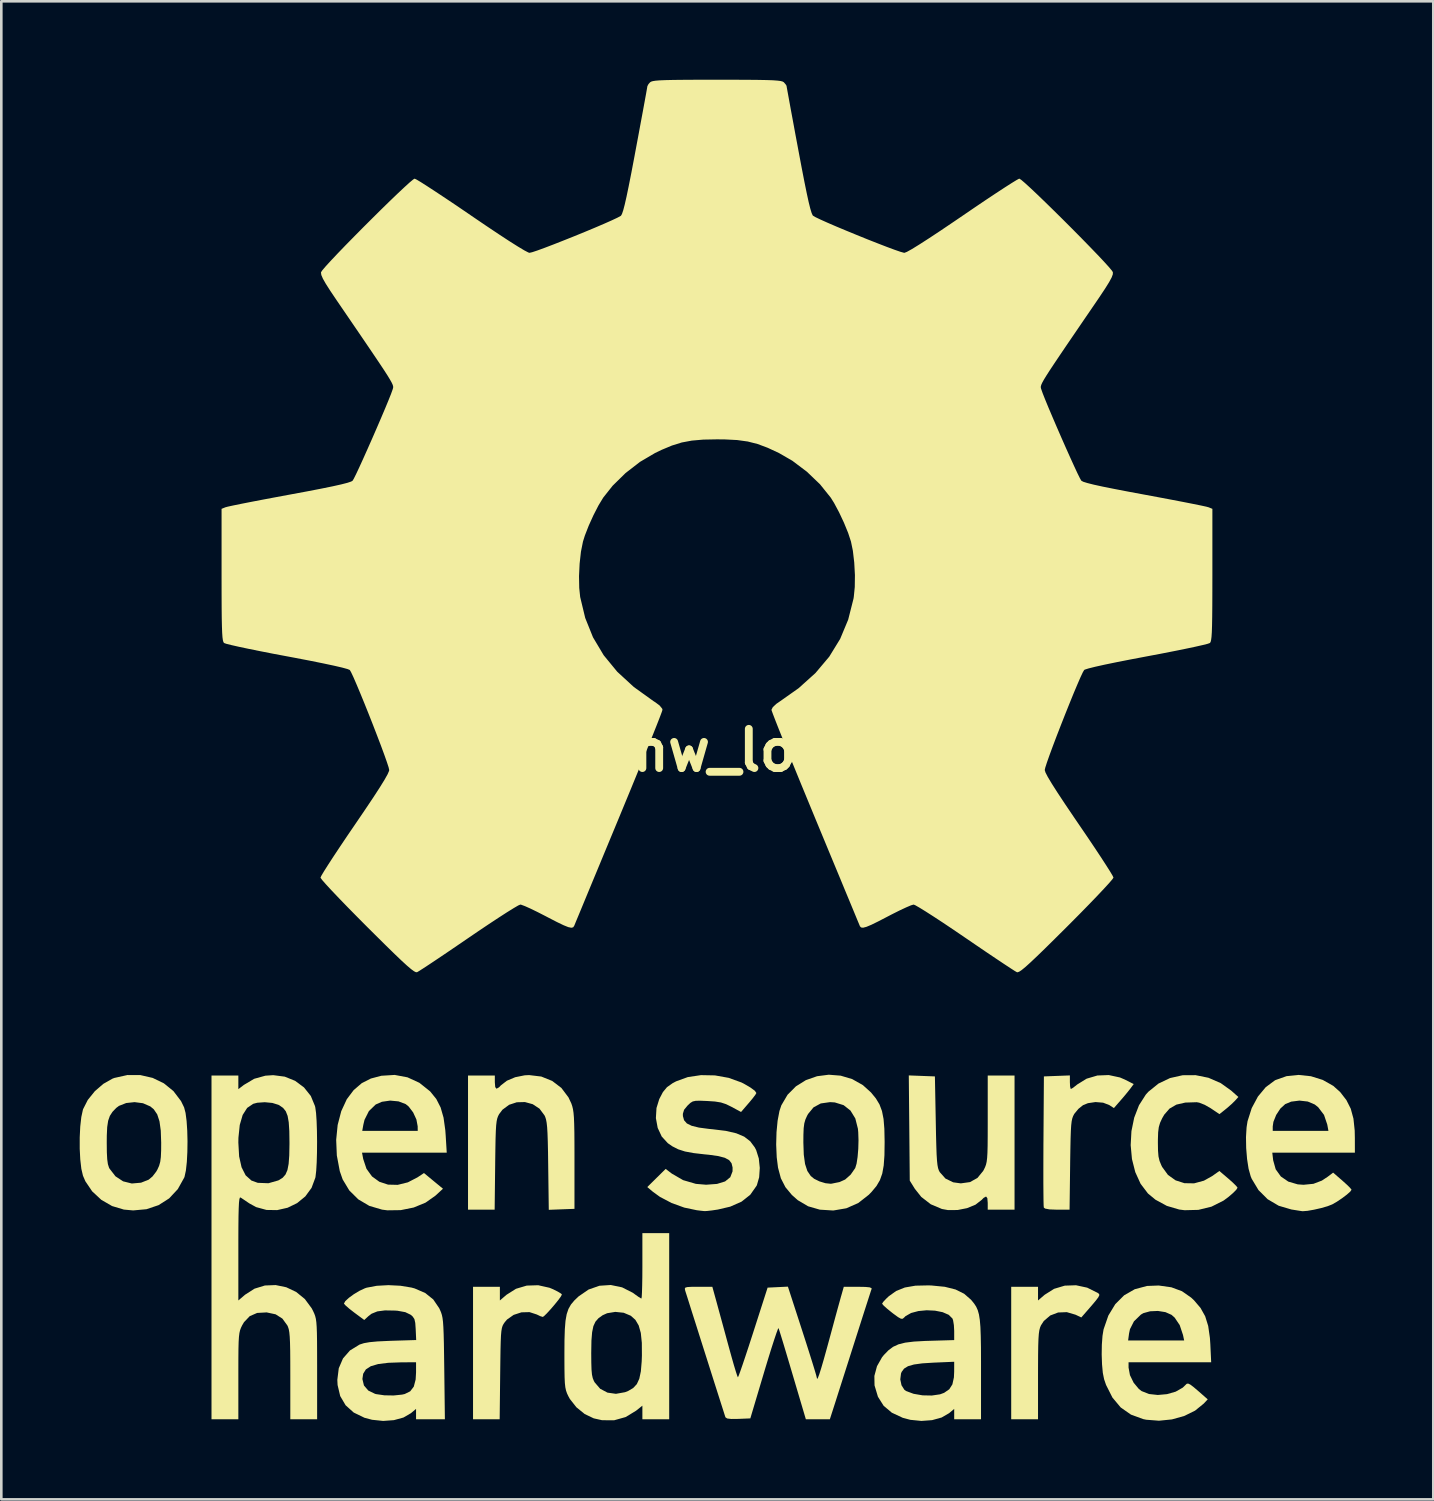
<source format=kicad_pcb>
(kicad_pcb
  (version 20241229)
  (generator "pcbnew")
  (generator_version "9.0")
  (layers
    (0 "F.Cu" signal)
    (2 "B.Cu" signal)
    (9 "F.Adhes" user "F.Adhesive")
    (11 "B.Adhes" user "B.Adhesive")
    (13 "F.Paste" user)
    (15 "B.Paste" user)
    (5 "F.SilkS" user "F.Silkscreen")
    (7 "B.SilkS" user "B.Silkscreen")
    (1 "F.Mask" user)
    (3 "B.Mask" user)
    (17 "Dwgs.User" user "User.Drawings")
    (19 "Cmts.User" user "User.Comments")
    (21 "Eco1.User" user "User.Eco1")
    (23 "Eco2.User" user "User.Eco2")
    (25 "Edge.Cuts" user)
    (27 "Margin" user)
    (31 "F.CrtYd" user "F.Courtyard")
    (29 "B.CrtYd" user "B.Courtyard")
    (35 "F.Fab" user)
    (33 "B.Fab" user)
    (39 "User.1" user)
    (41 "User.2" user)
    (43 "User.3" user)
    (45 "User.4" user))
  (footprint "oshw_logo"
    (layer "F.Cu")
    (at 24.349 25.657)
    (property "Reference" "oshw_logo" (at 0 0 0) (layer "F.SilkS") (effects (font (size 1.5 1.5) (thickness 0.3))))
    (attr board_only exclude_from_pos_files exclude_from_bom)
    (fp_poly (pts (xy 14.196 20.558) (xy 14.597 20.757) (xy 14.619 20.772) (xy 14.655 20.805) (xy 14.659 20.852) (xy 14.621 20.928) (xy 14.529 21.05) (xy 14.374 21.235) (xy 14.161 21.48) (xy 13.971 21.698) (xy 13.75 21.593) (xy 13.416 21.495) (xy 13.084 21.508) (xy 12.782 21.623) (xy 12.537 21.833) (xy 12.427 22.002) (xy 12.393 22.084) (xy 12.366 22.186) (xy 12.346 22.325) (xy 12.332 22.518) (xy 12.323 22.78) (xy 12.318 23.127) (xy 12.316 23.577) (xy 12.315 23.909) (xy 12.315 25.592) (xy 11.802 25.592) (xy 11.289 25.592) (xy 11.289 23.059) (xy 11.289 20.525) (xy 11.802 20.525) (xy 12.315 20.525) (xy 12.315 20.787) (xy 12.315 21.048) (xy 12.571 20.829) (xy 12.93 20.603) (xy 13.338 20.481) (xy 13.768 20.466)) (stroke (width 0) (type solid)) (fill yes) (layer "F.SilkS"))
    (fp_poly (pts (xy -6.376 20.562) (xy -6.238 20.619) (xy -6.057 20.71) (xy -5.934 20.785) (xy -5.901 20.819) (xy -5.94 20.896) (xy -6.042 21.036) (xy -6.182 21.209) (xy -6.336 21.388) (xy -6.48 21.545) (xy -6.589 21.65) (xy -6.634 21.678) (xy -6.736 21.646) (xy -6.863 21.584) (xy -7.14 21.494) (xy -7.448 21.502) (xy -7.748 21.6) (xy -8.001 21.778) (xy -8.088 21.881) (xy -8.134 21.948) (xy -8.17 22.017) (xy -8.197 22.104) (xy -8.217 22.224) (xy -8.232 22.393) (xy -8.242 22.629) (xy -8.25 22.946) (xy -8.256 23.36) (xy -8.262 23.845) (xy -8.282 25.592) (xy -8.791 25.592) (xy -9.301 25.592) (xy -9.301 23.059) (xy -9.301 20.525) (xy -8.787 20.525) (xy -8.274 20.525) (xy -8.274 20.787) (xy -8.274 21.048) (xy -8.018 20.829) (xy -7.657 20.601) (xy -7.246 20.479) (xy -6.809 20.465)) (stroke (width 0) (type solid)) (fill yes) (layer "F.SilkS"))
    (fp_poly (pts (xy 7.871 12.457) (xy 8.37 12.476) (xy 8.403 14.207) (xy 8.413 14.732) (xy 8.424 15.144) (xy 8.435 15.459) (xy 8.45 15.694) (xy 8.468 15.864) (xy 8.491 15.985) (xy 8.521 16.073) (xy 8.556 16.139) (xy 8.774 16.384) (xy 9.07 16.528) (xy 9.361 16.568) (xy 9.713 16.519) (xy 9.998 16.36) (xy 10.216 16.093) (xy 10.247 16.036) (xy 10.291 15.944) (xy 10.325 15.852) (xy 10.35 15.741) (xy 10.368 15.595) (xy 10.38 15.398) (xy 10.387 15.13) (xy 10.39 14.776) (xy 10.391 14.318) (xy 10.391 14.098) (xy 10.391 12.443) (xy 10.904 12.443) (xy 11.417 12.443) (xy 11.417 15.009) (xy 11.417 17.575) (xy 10.904 17.575) (xy 10.391 17.575) (xy 10.391 17.318) (xy 10.376 17.134) (xy 10.327 17.071) (xy 10.233 17.124) (xy 10.16 17.199) (xy 9.922 17.384) (xy 9.6 17.516) (xy 9.235 17.588) (xy 8.865 17.589) (xy 8.638 17.548) (xy 8.212 17.368) (xy 7.847 17.085) (xy 7.602 16.776) (xy 7.408 16.463) (xy 7.39 14.45) (xy 7.371 12.438)) (stroke (width 0) (type solid)) (fill yes) (layer "F.SilkS"))
    (fp_poly (pts (xy 15.449 12.516) (xy 15.638 12.597) (xy 15.976 12.769) (xy 15.847 12.943) (xy 15.73 13.091) (xy 15.571 13.282) (xy 15.467 13.402) (xy 15.218 13.687) (xy 15.04 13.571) (xy 14.805 13.481) (xy 14.515 13.457) (xy 14.224 13.5) (xy 14.036 13.577) (xy 13.86 13.718) (xy 13.709 13.901) (xy 13.696 13.921) (xy 13.657 13.996) (xy 13.626 14.082) (xy 13.602 14.195) (xy 13.584 14.352) (xy 13.571 14.568) (xy 13.561 14.86) (xy 13.553 15.245) (xy 13.545 15.738) (xy 13.544 15.859) (xy 13.522 17.575) (xy 13.045 17.575) (xy 12.754 17.564) (xy 12.586 17.532) (xy 12.537 17.494) (xy 12.53 17.414) (xy 12.525 17.22) (xy 12.522 16.927) (xy 12.519 16.548) (xy 12.519 16.1) (xy 12.52 15.595) (xy 12.522 15.048) (xy 12.523 14.945) (xy 12.54 12.476) (xy 13.037 12.457) (xy 13.534 12.438) (xy 13.534 12.697) (xy 13.542 12.859) (xy 13.564 12.95) (xy 13.573 12.957) (xy 13.642 12.919) (xy 13.767 12.825) (xy 13.813 12.786) (xy 14.174 12.563) (xy 14.587 12.441) (xy 15.021 12.424)) (stroke (width 0) (type solid)) (fill yes) (layer "F.SilkS"))
    (fp_poly (pts (xy -6.689 12.481) (xy -6.272 12.649) (xy -5.921 12.917) (xy -5.65 13.277) (xy -5.541 13.508) (xy -5.506 13.611) (xy -5.478 13.725) (xy -5.457 13.865) (xy -5.441 14.049) (xy -5.431 14.293) (xy -5.424 14.612) (xy -5.421 15.024) (xy -5.42 15.543) (xy -5.42 15.683) (xy -5.42 17.543) (xy -5.912 17.561) (xy -6.403 17.58) (xy -6.425 15.894) (xy -6.432 15.374) (xy -6.441 14.965) (xy -6.452 14.652) (xy -6.466 14.418) (xy -6.485 14.246) (xy -6.509 14.12) (xy -6.54 14.024) (xy -6.566 13.968) (xy -6.758 13.71) (xy -7.017 13.539) (xy -7.316 13.457) (xy -7.627 13.465) (xy -7.922 13.562) (xy -8.176 13.751) (xy -8.304 13.921) (xy -8.343 13.996) (xy -8.374 14.082) (xy -8.398 14.194) (xy -8.416 14.35) (xy -8.429 14.565) (xy -8.439 14.856) (xy -8.446 15.238) (xy -8.453 15.73) (xy -8.454 15.859) (xy -8.474 17.575) (xy -8.984 17.575) (xy -9.493 17.575) (xy -9.493 15.009) (xy -9.493 12.443) (xy -8.98 12.443) (xy -8.467 12.443) (xy -8.467 12.7) (xy -8.452 12.884) (xy -8.403 12.947) (xy -8.308 12.894) (xy -8.236 12.819) (xy -8.005 12.64) (xy -7.689 12.507) (xy -7.326 12.434) (xy -7.156 12.425)) (stroke (width 0) (type solid)) (fill yes) (layer "F.SilkS"))
    (fp_poly (pts (xy -11.809 12.511) (xy -11.354 12.72) (xy -10.948 13.044) (xy -10.933 13.06) (xy -10.706 13.341) (xy -10.541 13.664) (xy -10.429 14.054) (xy -10.362 14.534) (xy -10.348 14.725) (xy -10.307 15.394) (xy -11.928 15.394) (xy -13.548 15.394) (xy -13.503 15.634) (xy -13.378 16.01) (xy -13.167 16.302) (xy -12.886 16.506) (xy -12.553 16.616) (xy -12.184 16.625) (xy -11.795 16.529) (xy -11.428 16.339) (xy -11.178 16.173) (xy -10.815 16.473) (xy -10.451 16.773) (xy -10.744 17.042) (xy -11.119 17.306) (xy -11.571 17.492) (xy -12.068 17.592) (xy -12.579 17.599) (xy -12.781 17.573) (xy -13.269 17.429) (xy -13.691 17.18) (xy -14.035 16.839) (xy -14.289 16.417) (xy -14.399 16.102) (xy -14.512 15.501) (xy -14.537 14.904) (xy -14.503 14.56) (xy -13.54 14.56) (xy -12.478 14.56) (xy -11.417 14.56) (xy -11.419 14.384) (xy -11.468 14.123) (xy -11.592 13.854) (xy -11.763 13.629) (xy -11.878 13.535) (xy -12.152 13.431) (xy -12.472 13.401) (xy -12.786 13.446) (xy -13.024 13.55) (xy -13.285 13.802) (xy -13.453 14.137) (xy -13.497 14.32) (xy -13.54 14.56) (xy -14.503 14.56) (xy -14.48 14.332) (xy -14.343 13.806) (xy -14.13 13.347) (xy -13.867 12.999) (xy -13.558 12.734) (xy -13.21 12.557) (xy -12.81 12.451) (xy -12.299 12.419)) (stroke (width 0) (type solid)) (fill yes) (layer "F.SilkS"))
    (fp_poly (pts (xy 18.836 12.528) (xy 19.305 12.732) (xy 19.707 13.02) (xy 19.98 13.263) (xy 19.852 13.406) (xy 19.719 13.536) (xy 19.545 13.688) (xy 19.49 13.733) (xy 19.256 13.919) (xy 18.922 13.694) (xy 18.695 13.564) (xy 18.485 13.481) (xy 18.386 13.463) (xy 17.95 13.477) (xy 17.61 13.555) (xy 17.347 13.707) (xy 17.143 13.941) (xy 17.065 14.077) (xy 16.985 14.25) (xy 16.936 14.415) (xy 16.911 14.613) (xy 16.902 14.884) (xy 16.901 15.009) (xy 16.906 15.317) (xy 16.924 15.537) (xy 16.964 15.709) (xy 17.032 15.874) (xy 17.064 15.939) (xy 17.286 16.244) (xy 17.577 16.452) (xy 17.917 16.561) (xy 18.286 16.567) (xy 18.662 16.465) (xy 18.971 16.293) (xy 19.254 16.094) (xy 19.601 16.39) (xy 19.772 16.542) (xy 19.896 16.665) (xy 19.948 16.732) (xy 19.948 16.734) (xy 19.901 16.811) (xy 19.779 16.935) (xy 19.612 17.079) (xy 19.43 17.215) (xy 19.403 17.233) (xy 18.952 17.459) (xy 18.449 17.582) (xy 17.924 17.595) (xy 17.718 17.569) (xy 17.245 17.43) (xy 16.807 17.192) (xy 16.521 16.955) (xy 16.24 16.585) (xy 16.036 16.138) (xy 15.909 15.637) (xy 15.86 15.106) (xy 15.889 14.571) (xy 15.995 14.054) (xy 16.178 13.58) (xy 16.438 13.173) (xy 16.536 13.063) (xy 16.923 12.75) (xy 17.366 12.539) (xy 17.847 12.431) (xy 18.343 12.428)) (stroke (width 0) (type solid)) (fill yes) (layer "F.SilkS"))
    (fp_poly (pts (xy 17.417 20.544) (xy 17.822 20.694) (xy 18.174 20.939) (xy 18.28 21.038) (xy 18.531 21.332) (xy 18.71 21.651) (xy 18.826 22.024) (xy 18.891 22.478) (xy 18.907 22.713) (xy 18.94 23.412) (xy 17.359 23.412) (xy 15.779 23.412) (xy 15.779 23.616) (xy 15.832 23.904) (xy 15.973 24.194) (xy 16.173 24.434) (xy 16.28 24.516) (xy 16.562 24.627) (xy 16.898 24.664) (xy 17.251 24.632) (xy 17.582 24.537) (xy 17.852 24.383) (xy 17.955 24.283) (xy 18.003 24.237) (xy 18.057 24.227) (xy 18.139 24.265) (xy 18.268 24.362) (xy 18.464 24.529) (xy 18.574 24.626) (xy 18.808 24.831) (xy 18.656 24.993) (xy 18.324 25.263) (xy 17.907 25.468) (xy 17.437 25.599) (xy 16.942 25.649) (xy 16.455 25.611) (xy 16.339 25.587) (xy 15.872 25.416) (xy 15.479 25.142) (xy 15.162 24.763) (xy 14.918 24.28) (xy 14.843 24.061) (xy 14.794 23.818) (xy 14.764 23.49) (xy 14.751 23.117) (xy 14.757 22.74) (xy 14.769 22.578) (xy 15.762 22.578) (xy 16.834 22.578) (xy 17.906 22.578) (xy 17.862 22.369) (xy 17.736 21.991) (xy 17.542 21.703) (xy 17.423 21.598) (xy 17.191 21.495) (xy 16.902 21.449) (xy 16.603 21.462) (xy 16.346 21.533) (xy 16.252 21.588) (xy 15.985 21.847) (xy 15.833 22.146) (xy 15.798 22.311) (xy 15.762 22.578) (xy 14.769 22.578) (xy 14.782 22.401) (xy 14.823 22.154) (xy 15.006 21.625) (xy 15.271 21.189) (xy 15.609 20.851) (xy 16.016 20.618) (xy 16.485 20.493) (xy 16.933 20.476)) (stroke (width 0) (type solid)) (fill yes) (layer "F.SilkS"))
    (fp_poly (pts (xy -22.029 12.425) (xy -21.558 12.533) (xy -21.13 12.74) (xy -20.763 13.038) (xy -20.473 13.42) (xy -20.355 13.662) (xy -20.3 13.873) (xy -20.26 14.18) (xy -20.235 14.552) (xy -20.225 14.958) (xy -20.231 15.368) (xy -20.251 15.751) (xy -20.287 16.075) (xy -20.337 16.309) (xy -20.351 16.348) (xy -20.597 16.789) (xy -20.928 17.143) (xy -21.332 17.401) (xy -21.796 17.557) (xy -22.305 17.603) (xy -22.659 17.571) (xy -23.111 17.436) (xy -23.523 17.198) (xy -23.872 16.874) (xy -24.134 16.486) (xy -24.225 16.274) (xy -24.287 16.01) (xy -24.328 15.654) (xy -24.349 15.243) (xy -24.349 15.009) (xy -23.315 15.009) (xy -23.311 15.379) (xy -23.297 15.645) (xy -23.271 15.832) (xy -23.229 15.964) (xy -23.209 16.003) (xy -22.981 16.298) (xy -22.689 16.49) (xy -22.356 16.573) (xy -22.002 16.542) (xy -21.712 16.427) (xy -21.566 16.305) (xy -21.423 16.12) (xy -21.375 16.036) (xy -21.311 15.893) (xy -21.269 15.745) (xy -21.245 15.562) (xy -21.234 15.31) (xy -21.232 15.012) (xy -21.248 14.549) (xy -21.297 14.194) (xy -21.384 13.928) (xy -21.515 13.735) (xy -21.648 13.624) (xy -21.929 13.502) (xy -22.25 13.46) (xy -22.57 13.494) (xy -22.847 13.603) (xy -22.953 13.682) (xy -23.096 13.832) (xy -23.196 13.986) (xy -23.261 14.172) (xy -23.298 14.415) (xy -23.313 14.743) (xy -23.315 15.009) (xy -24.349 15.009) (xy -24.349 14.812) (xy -24.329 14.396) (xy -24.288 14.031) (xy -24.227 13.751) (xy -24.219 13.727) (xy -24.041 13.377) (xy -23.772 13.043) (xy -23.445 12.76) (xy -23.096 12.562) (xy -23.026 12.535) (xy -22.524 12.423)) (stroke (width 0) (type solid)) (fill yes) (layer "F.SilkS"))
    (fp_poly (pts (xy 4.764 12.447) (xy 5.205 12.578) (xy 5.614 12.809) (xy 5.927 13.092) (xy 6.113 13.32) (xy 6.25 13.548) (xy 6.345 13.801) (xy 6.405 14.104) (xy 6.436 14.483) (xy 6.446 14.961) (xy 6.446 15.009) (xy 6.439 15.498) (xy 6.411 15.884) (xy 6.356 16.191) (xy 6.266 16.445) (xy 6.134 16.67) (xy 5.951 16.89) (xy 5.842 17.003) (xy 5.439 17.319) (xy 4.982 17.521) (xy 4.482 17.606) (xy 3.968 17.574) (xy 3.517 17.444) (xy 3.123 17.211) (xy 2.9 17.014) (xy 2.651 16.714) (xy 2.477 16.375) (xy 2.368 15.968) (xy 2.318 15.57) (xy 2.297 15.086) (xy 2.299 15.007) (xy 3.337 15.007) (xy 3.353 15.471) (xy 3.402 15.827) (xy 3.489 16.093) (xy 3.62 16.286) (xy 3.749 16.392) (xy 3.952 16.492) (xy 4.182 16.562) (xy 4.381 16.583) (xy 4.426 16.578) (xy 4.556 16.551) (xy 4.721 16.518) (xy 4.936 16.421) (xy 5.147 16.233) (xy 5.318 15.988) (xy 5.323 15.979) (xy 5.373 15.814) (xy 5.412 15.558) (xy 5.438 15.248) (xy 5.447 14.921) (xy 5.437 14.614) (xy 5.424 14.476) (xy 5.325 14.085) (xy 5.139 13.782) (xy 4.876 13.575) (xy 4.54 13.471) (xy 4.357 13.46) (xy 4.003 13.51) (xy 3.726 13.66) (xy 3.516 13.915) (xy 3.48 13.982) (xy 3.415 14.125) (xy 3.373 14.273) (xy 3.349 14.456) (xy 3.339 14.708) (xy 3.337 15.007) (xy 2.299 15.007) (xy 2.31 14.609) (xy 2.352 14.17) (xy 2.422 13.8) (xy 2.494 13.583) (xy 2.732 13.178) (xy 3.052 12.856) (xy 3.434 12.618) (xy 3.86 12.469) (xy 4.309 12.411)) (stroke (width 0) (type solid)) (fill yes) (layer "F.SilkS"))
    (fp_poly (pts (xy 22.756 12.469) (xy 23.208 12.61) (xy 23.611 12.838) (xy 23.875 13.074) (xy 24.114 13.383) (xy 24.28 13.712) (xy 24.383 14.091) (xy 24.431 14.547) (xy 24.437 14.833) (xy 24.438 15.394) (xy 22.858 15.394) (xy 21.278 15.394) (xy 21.311 15.682) (xy 21.408 16.029) (xy 21.606 16.305) (xy 21.892 16.501) (xy 22.252 16.606) (xy 22.474 16.622) (xy 22.852 16.585) (xy 23.175 16.462) (xy 23.396 16.316) (xy 23.605 16.157) (xy 23.957 16.461) (xy 24.129 16.616) (xy 24.255 16.74) (xy 24.309 16.809) (xy 24.31 16.812) (xy 24.26 16.884) (xy 24.13 16.999) (xy 23.95 17.135) (xy 23.751 17.269) (xy 23.572 17.372) (xy 23.394 17.442) (xy 23.147 17.513) (xy 22.875 17.575) (xy 22.625 17.619) (xy 22.442 17.633) (xy 22.417 17.631) (xy 22.322 17.617) (xy 22.146 17.589) (xy 22.008 17.567) (xy 21.523 17.424) (xy 21.099 17.174) (xy 20.751 16.826) (xy 20.491 16.394) (xy 20.451 16.297) (xy 20.371 16.009) (xy 20.313 15.635) (xy 20.279 15.218) (xy 20.272 14.799) (xy 20.286 14.56) (xy 21.295 14.56) (xy 22.36 14.56) (xy 23.426 14.56) (xy 23.382 14.32) (xy 23.257 13.949) (xy 23.034 13.655) (xy 22.902 13.55) (xy 22.635 13.437) (xy 22.317 13.401) (xy 22.001 13.441) (xy 21.772 13.536) (xy 21.587 13.706) (xy 21.427 13.95) (xy 21.321 14.214) (xy 21.295 14.388) (xy 21.295 14.56) (xy 20.286 14.56) (xy 20.295 14.42) (xy 20.331 14.191) (xy 20.491 13.689) (xy 20.728 13.247) (xy 21.027 12.888) (xy 21.374 12.63) (xy 21.402 12.615) (xy 21.823 12.466) (xy 22.284 12.419)) (stroke (width 0) (type solid)) (fill yes) (layer "F.SilkS"))
    (fp_poly (pts (xy -1.796 22.033) (xy -1.796 25.592) (xy -2.309 25.592) (xy -2.822 25.592) (xy -2.822 25.333) (xy -2.822 25.073) (xy -3.063 25.266) (xy -3.463 25.509) (xy -3.899 25.631) (xy -4.361 25.63) (xy -4.684 25.558) (xy -5.029 25.393) (xy -5.346 25.135) (xy -5.596 24.817) (xy -5.655 24.71) (xy -5.706 24.601) (xy -5.743 24.494) (xy -5.77 24.369) (xy -5.788 24.205) (xy -5.798 23.982) (xy -5.803 23.68) (xy -5.805 23.278) (xy -5.805 23.091) (xy -5.805 23.059) (xy -4.779 23.059) (xy -4.776 23.428) (xy -4.768 23.694) (xy -4.751 23.882) (xy -4.721 24.019) (xy -4.677 24.128) (xy -4.648 24.181) (xy -4.437 24.426) (xy -4.158 24.574) (xy -3.834 24.62) (xy -3.487 24.558) (xy -3.363 24.509) (xy -3.174 24.398) (xy -3.035 24.249) (xy -2.94 24.043) (xy -2.88 23.759) (xy -2.848 23.377) (xy -2.84 23.155) (xy -2.843 22.67) (xy -2.882 22.291) (xy -2.963 22.004) (xy -3.09 21.789) (xy -3.265 21.633) (xy -3.538 21.518) (xy -3.858 21.485) (xy -4.17 21.536) (xy -4.342 21.613) (xy -4.501 21.727) (xy -4.617 21.859) (xy -4.697 22.031) (xy -4.745 22.264) (xy -4.771 22.58) (xy -4.778 22.999) (xy -4.779 23.059) (xy -5.805 23.059) (xy -5.802 22.566) (xy -5.789 22.151) (xy -5.763 21.826) (xy -5.718 21.572) (xy -5.65 21.371) (xy -5.554 21.202) (xy -5.425 21.048) (xy -5.262 20.892) (xy -4.881 20.63) (xy -4.465 20.485) (xy -4.031 20.456) (xy -3.599 20.546) (xy -3.188 20.754) (xy -3.103 20.816) (xy -2.964 20.915) (xy -2.872 20.97) (xy -2.859 20.974) (xy -2.847 20.913) (xy -2.838 20.744) (xy -2.83 20.484) (xy -2.824 20.155) (xy -2.822 19.776) (xy -2.822 19.723) (xy -2.822 18.473) (xy -2.309 18.473) (xy -1.796 18.473)) (stroke (width 0) (type solid)) (fill yes) (layer "F.SilkS"))
    (fp_poly (pts (xy -0.047 12.437) (xy 0.48 12.531) (xy 0.967 12.707) (xy 1.06 12.754) (xy 1.314 12.902) (xy 1.479 13.024) (xy 1.539 13.11) (xy 1.539 13.112) (xy 1.5 13.18) (xy 1.398 13.315) (xy 1.254 13.489) (xy 1.246 13.497) (xy 0.953 13.837) (xy 0.589 13.64) (xy 0.379 13.537) (xy 0.183 13.473) (xy -0.047 13.436) (xy -0.333 13.417) (xy -0.603 13.406) (xy -0.779 13.409) (xy -0.895 13.434) (xy -0.985 13.489) (xy -1.083 13.581) (xy -1.092 13.589) (xy -1.227 13.753) (xy -1.273 13.907) (xy -1.271 13.995) (xy -1.227 14.153) (xy -1.12 14.275) (xy -0.935 14.366) (xy -0.657 14.434) (xy -0.27 14.485) (xy -0.132 14.498) (xy 0.374 14.56) (xy 0.77 14.652) (xy 1.074 14.781) (xy 1.303 14.957) (xy 1.475 15.187) (xy 1.532 15.296) (xy 1.632 15.614) (xy 1.67 15.977) (xy 1.646 16.334) (xy 1.559 16.636) (xy 1.545 16.663) (xy 1.305 17.004) (xy 0.971 17.268) (xy 0.539 17.459) (xy 0.064 17.57) (xy -0.166 17.604) (xy -0.353 17.625) (xy -0.449 17.629) (xy -0.581 17.615) (xy -0.738 17.596) (xy -1.219 17.495) (xy -1.704 17.319) (xy -2.147 17.087) (xy -2.423 16.887) (xy -2.634 16.709) (xy -2.283 16.362) (xy -1.931 16.015) (xy -1.696 16.194) (xy -1.265 16.444) (xy -0.774 16.587) (xy -0.385 16.62) (xy 0.034 16.589) (xy 0.342 16.494) (xy 0.541 16.333) (xy 0.628 16.109) (xy 0.629 15.959) (xy 0.59 15.799) (xy 0.497 15.679) (xy 0.334 15.59) (xy 0.084 15.524) (xy -0.272 15.474) (xy -0.439 15.458) (xy -0.864 15.409) (xy -1.192 15.348) (xy -1.453 15.264) (xy -1.678 15.149) (xy -1.848 15.031) (xy -2.082 14.776) (xy -2.236 14.446) (xy -2.305 14.072) (xy -2.282 13.685) (xy -2.176 13.343) (xy -2.036 13.075) (xy -1.881 12.888) (xy -1.668 12.737) (xy -1.531 12.664) (xy -1.085 12.502) (xy -0.58 12.427)) (stroke (width 0) (type solid)) (fill yes) (layer "F.SilkS"))
    (fp_poly (pts (xy -12.078 20.485) (xy -11.659 20.554) (xy -11.536 20.587) (xy -11.131 20.762) (xy -10.822 21.01) (xy -10.595 21.345) (xy -10.566 21.407) (xy -10.526 21.5) (xy -10.494 21.598) (xy -10.469 21.714) (xy -10.45 21.867) (xy -10.436 22.07) (xy -10.425 22.34) (xy -10.416 22.693) (xy -10.409 23.144) (xy -10.402 23.652) (xy -10.378 25.592) (xy -10.93 25.592) (xy -11.481 25.592) (xy -11.481 25.394) (xy -11.481 25.196) (xy -11.676 25.36) (xy -11.963 25.527) (xy -12.329 25.627) (xy -12.74 25.657) (xy -13.164 25.613) (xy -13.454 25.536) (xy -13.866 25.336) (xy -14.176 25.058) (xy -14.383 24.706) (xy -14.483 24.283) (xy -14.493 24.085) (xy -14.489 24.053) (xy -13.534 24.053) (xy -13.475 24.3) (xy -13.308 24.495) (xy -13.05 24.62) (xy -13.009 24.631) (xy -12.691 24.677) (xy -12.338 24.683) (xy -12.016 24.65) (xy -11.914 24.627) (xy -11.705 24.524) (xy -11.568 24.345) (xy -11.497 24.074) (xy -11.481 23.8) (xy -11.481 23.412) (xy -12.043 23.415) (xy -12.545 23.433) (xy -12.931 23.481) (xy -13.213 23.564) (xy -13.401 23.686) (xy -13.504 23.852) (xy -13.534 24.053) (xy -14.489 24.053) (xy -14.438 23.642) (xy -14.276 23.265) (xy -14.01 22.961) (xy -13.645 22.737) (xy -13.63 22.731) (xy -13.473 22.681) (xy -13.254 22.643) (xy -12.955 22.615) (xy -12.552 22.596) (xy -12.425 22.591) (xy -11.476 22.562) (xy -11.495 22.143) (xy -11.511 21.908) (xy -11.544 21.761) (xy -11.608 21.664) (xy -11.69 21.593) (xy -11.892 21.496) (xy -12.187 21.442) (xy -12.282 21.435) (xy -12.671 21.428) (xy -12.962 21.466) (xy -13.182 21.555) (xy -13.298 21.643) (xy -13.463 21.795) (xy -13.851 21.507) (xy -14.037 21.362) (xy -14.175 21.242) (xy -14.238 21.171) (xy -14.239 21.165) (xy -14.187 21.072) (xy -14.049 20.945) (xy -13.858 20.806) (xy -13.644 20.678) (xy -13.44 20.583) (xy -13.37 20.559) (xy -12.987 20.487) (xy -12.539 20.462)) (stroke (width 0) (type solid)) (fill yes) (layer "F.SilkS"))
    (fp_poly (pts (xy 8.238 20.475) (xy 8.749 20.525) (xy 9.159 20.628) (xy 9.486 20.79) (xy 9.749 21.018) (xy 9.774 21.047) (xy 9.871 21.167) (xy 9.949 21.286) (xy 10.009 21.42) (xy 10.055 21.584) (xy 10.088 21.793) (xy 10.111 22.063) (xy 10.124 22.408) (xy 10.132 22.843) (xy 10.134 23.385) (xy 10.134 23.692) (xy 10.134 25.592) (xy 9.621 25.592) (xy 9.108 25.592) (xy 9.108 25.394) (xy 9.108 25.196) (xy 8.914 25.36) (xy 8.627 25.526) (xy 8.262 25.627) (xy 7.853 25.657) (xy 7.431 25.615) (xy 7.141 25.538) (xy 6.722 25.342) (xy 6.408 25.077) (xy 6.19 24.731) (xy 6.06 24.297) (xy 6.06 24.295) (xy 6.056 24.068) (xy 7.045 24.068) (xy 7.092 24.292) (xy 7.202 24.465) (xy 7.265 24.512) (xy 7.554 24.619) (xy 7.898 24.678) (xy 8.252 24.685) (xy 8.567 24.639) (xy 8.722 24.582) (xy 8.919 24.446) (xy 9.039 24.258) (xy 9.097 23.993) (xy 9.107 23.771) (xy 9.108 23.393) (xy 8.317 23.427) (xy 7.887 23.454) (xy 7.568 23.498) (xy 7.341 23.563) (xy 7.19 23.656) (xy 7.097 23.782) (xy 7.073 23.843) (xy 7.045 24.068) (xy 6.056 24.068) (xy 6.054 23.935) (xy 6.154 23.563) (xy 6.348 23.22) (xy 6.419 23.133) (xy 6.593 22.954) (xy 6.771 22.821) (xy 6.977 22.726) (xy 7.233 22.662) (xy 7.564 22.621) (xy 7.992 22.597) (xy 8.162 22.592) (xy 9.108 22.564) (xy 9.108 22.214) (xy 9.096 21.992) (xy 9.066 21.809) (xy 9.042 21.74) (xy 8.898 21.597) (xy 8.665 21.496) (xy 8.373 21.438) (xy 8.054 21.423) (xy 7.739 21.453) (xy 7.46 21.527) (xy 7.247 21.647) (xy 7.193 21.701) (xy 7.139 21.747) (xy 7.07 21.746) (xy 6.961 21.686) (xy 6.785 21.558) (xy 6.728 21.514) (xy 6.546 21.367) (xy 6.411 21.246) (xy 6.351 21.175) (xy 6.35 21.17) (xy 6.394 21.101) (xy 6.507 20.98) (xy 6.604 20.888) (xy 6.886 20.686) (xy 7.22 20.552) (xy 7.626 20.482) (xy 8.124 20.471)) (stroke (width 0) (type solid)) (fill yes) (layer "F.SilkS"))
    (fp_poly (pts (xy 3.297 22.216) (xy 3.441 22.662) (xy 3.571 23.071) (xy 3.682 23.425) (xy 3.769 23.708) (xy 3.827 23.904) (xy 3.85 23.996) (xy 3.85 23.999) (xy 3.862 24.052) (xy 3.892 24.014) (xy 3.944 23.879) (xy 4.019 23.642) (xy 4.12 23.296) (xy 4.248 22.835) (xy 4.327 22.546) (xy 4.441 22.126) (xy 4.549 21.727) (xy 4.646 21.372) (xy 4.725 21.087) (xy 4.778 20.894) (xy 4.788 20.862) (xy 4.884 20.525) (xy 5.431 20.525) (xy 5.707 20.53) (xy 5.873 20.546) (xy 5.944 20.576) (xy 5.948 20.607) (xy 5.921 20.685) (xy 5.861 20.871) (xy 5.771 21.151) (xy 5.656 21.508) (xy 5.521 21.931) (xy 5.37 22.403) (xy 5.232 22.836) (xy 5.068 23.351) (xy 4.912 23.839) (xy 4.77 24.284) (xy 4.647 24.669) (xy 4.549 24.978) (xy 4.479 25.194) (xy 4.449 25.288) (xy 4.351 25.592) (xy 3.891 25.592) (xy 3.432 25.592) (xy 2.924 23.877) (xy 2.791 23.428) (xy 2.669 23.019) (xy 2.563 22.666) (xy 2.477 22.386) (xy 2.417 22.194) (xy 2.388 22.107) (xy 2.386 22.105) (xy 2.361 22.149) (xy 2.305 22.301) (xy 2.222 22.547) (xy 2.117 22.872) (xy 1.996 23.261) (xy 1.863 23.699) (xy 1.832 23.804) (xy 1.308 25.56) (xy 0.845 25.579) (xy 0.579 25.582) (xy 0.422 25.563) (xy 0.357 25.519) (xy 0.355 25.515) (xy 0.328 25.432) (xy 0.268 25.243) (xy 0.179 24.964) (xy 0.067 24.613) (xy -0.063 24.206) (xy -0.205 23.758) (xy -0.354 23.288) (xy -0.506 22.81) (xy -0.654 22.343) (xy -0.794 21.901) (xy -0.921 21.503) (xy -1.028 21.163) (xy -1.111 20.899) (xy -1.166 20.728) (xy -1.184 20.67) (xy -1.199 20.6) (xy -1.179 20.557) (xy -1.099 20.535) (xy -0.937 20.526) (xy -0.686 20.525) (xy -0.145 20.525) (xy 0.019 21.119) (xy 0.091 21.384) (xy 0.188 21.737) (xy 0.299 22.144) (xy 0.414 22.568) (xy 0.491 22.85) (xy 0.591 23.211) (xy 0.68 23.524) (xy 0.755 23.771) (xy 0.808 23.933) (xy 0.833 23.989) (xy 0.861 23.93) (xy 0.922 23.765) (xy 1.011 23.508) (xy 1.123 23.175) (xy 1.253 22.782) (xy 1.395 22.344) (xy 1.418 22.273) (xy 1.969 20.557) (xy 2.358 20.538) (xy 2.746 20.519)) (stroke (width 0) (type solid)) (fill yes) (layer "F.SilkS"))
    (fp_poly (pts (xy -16.505 12.485) (xy -16.106 12.646) (xy -15.768 12.898) (xy -15.508 13.224) (xy -15.348 13.61) (xy -15.336 13.663) (xy -15.307 13.875) (xy -15.286 14.184) (xy -15.273 14.559) (xy -15.268 14.967) (xy -15.271 15.379) (xy -15.282 15.762) (xy -15.301 16.085) (xy -15.328 16.318) (xy -15.334 16.35) (xy -15.479 16.74) (xy -15.718 17.067) (xy -16.031 17.323) (xy -16.397 17.501) (xy -16.795 17.591) (xy -17.203 17.585) (xy -17.601 17.476) (xy -17.86 17.334) (xy -18.029 17.219) (xy -18.162 17.13) (xy -18.199 17.107) (xy -18.222 17.115) (xy -18.241 17.18) (xy -18.256 17.312) (xy -18.266 17.523) (xy -18.274 17.824) (xy -18.278 18.226) (xy -18.28 18.738) (xy -18.28 19.052) (xy -18.28 21.048) (xy -18.024 20.829) (xy -17.662 20.597) (xy -17.264 20.475) (xy -16.852 20.459) (xy -16.446 20.543) (xy -16.067 20.723) (xy -15.736 20.993) (xy -15.473 21.349) (xy -15.419 21.455) (xy -15.375 21.55) (xy -15.341 21.642) (xy -15.315 21.747) (xy -15.296 21.88) (xy -15.283 22.057) (xy -15.274 22.296) (xy -15.269 22.61) (xy -15.267 23.017) (xy -15.266 23.532) (xy -15.266 23.684) (xy -15.266 25.592) (xy -15.779 25.592) (xy -16.292 25.592) (xy -16.292 23.909) (xy -16.293 23.389) (xy -16.296 22.981) (xy -16.303 22.669) (xy -16.314 22.437) (xy -16.33 22.268) (xy -16.352 22.145) (xy -16.382 22.054) (xy -16.404 22.005) (xy -16.595 21.742) (xy -16.854 21.578) (xy -17.197 21.505) (xy -17.203 21.505) (xy -17.56 21.525) (xy -17.844 21.648) (xy -18.064 21.879) (xy -18.136 22.003) (xy -18.18 22.094) (xy -18.214 22.186) (xy -18.239 22.295) (xy -18.257 22.44) (xy -18.269 22.637) (xy -18.276 22.904) (xy -18.279 23.258) (xy -18.28 23.715) (xy -18.28 23.938) (xy -18.28 25.592) (xy -18.793 25.592) (xy -19.307 25.592) (xy -19.307 19.018) (xy -19.307 15.009) (xy -18.28 15.009) (xy -18.25 15.536) (xy -18.157 15.952) (xy -18.001 16.26) (xy -17.781 16.459) (xy -17.539 16.547) (xy -17.129 16.563) (xy -16.754 16.456) (xy -16.726 16.442) (xy -16.582 16.351) (xy -16.476 16.229) (xy -16.402 16.059) (xy -16.356 15.821) (xy -16.332 15.495) (xy -16.324 15.063) (xy -16.324 15.009) (xy -16.33 14.567) (xy -16.352 14.232) (xy -16.395 13.987) (xy -16.465 13.81) (xy -16.568 13.681) (xy -16.71 13.582) (xy -16.746 13.563) (xy -16.978 13.491) (xy -17.269 13.463) (xy -17.555 13.483) (xy -17.711 13.524) (xy -17.943 13.681) (xy -18.115 13.951) (xy -18.226 14.333) (xy -18.277 14.824) (xy -18.28 15.009) (xy -19.307 15.009) (xy -19.307 12.443) (xy -18.793 12.443) (xy -18.28 12.443) (xy -18.28 12.703) (xy -18.28 12.963) (xy -18.068 12.801) (xy -17.674 12.567) (xy -17.245 12.448) (xy -16.945 12.428)) (stroke (width 0) (type solid)) (fill yes) (layer "F.SilkS"))
    (fp_poly (pts (xy 0.668 -25.656) (xy 1.187 -25.654) (xy 1.602 -25.65) (xy 1.926 -25.644) (xy 2.169 -25.636) (xy 2.345 -25.623) (xy 2.464 -25.608) (xy 2.541 -25.588) (xy 2.585 -25.563) (xy 2.593 -25.556) (xy 2.673 -25.462) (xy 2.694 -25.42) (xy 2.705 -25.351) (xy 2.738 -25.17) (xy 2.789 -24.891) (xy 2.855 -24.527) (xy 2.936 -24.093) (xy 3.026 -23.602) (xy 3.126 -23.069) (xy 3.144 -22.972) (xy 3.27 -22.303) (xy 3.377 -21.752) (xy 3.467 -21.311) (xy 3.541 -20.971) (xy 3.603 -20.723) (xy 3.653 -20.559) (xy 3.693 -20.47) (xy 3.705 -20.456) (xy 3.798 -20.4) (xy 3.992 -20.307) (xy 4.266 -20.184) (xy 4.602 -20.039) (xy 4.98 -19.881) (xy 5.381 -19.716) (xy 5.785 -19.552) (xy 6.174 -19.399) (xy 6.528 -19.262) (xy 6.827 -19.151) (xy 7.053 -19.073) (xy 7.186 -19.036) (xy 7.204 -19.034) (xy 7.299 -19.071) (xy 7.491 -19.178) (xy 7.775 -19.353) (xy 8.145 -19.591) (xy 8.593 -19.887) (xy 9.113 -20.238) (xy 9.429 -20.453) (xy 9.889 -20.767) (xy 10.319 -21.057) (xy 10.707 -21.315) (xy 11.04 -21.533) (xy 11.306 -21.703) (xy 11.494 -21.818) (xy 11.591 -21.87) (xy 11.6 -21.872) (xy 11.67 -21.828) (xy 11.817 -21.703) (xy 12.028 -21.51) (xy 12.292 -21.261) (xy 12.596 -20.968) (xy 12.928 -20.643) (xy 13.276 -20.299) (xy 13.628 -19.947) (xy 13.972 -19.599) (xy 14.295 -19.268) (xy 14.586 -18.966) (xy 14.832 -18.705) (xy 15.021 -18.497) (xy 15.141 -18.354) (xy 15.179 -18.294) (xy 15.177 -18.213) (xy 15.131 -18.089) (xy 15.034 -17.91) (xy 14.878 -17.66) (xy 14.656 -17.326) (xy 14.584 -17.22) (xy 14.13 -16.556) (xy 13.744 -15.99) (xy 13.419 -15.514) (xy 13.151 -15.118) (xy 12.935 -14.796) (xy 12.764 -14.538) (xy 12.635 -14.337) (xy 12.541 -14.183) (xy 12.478 -14.07) (xy 12.441 -13.988) (xy 12.423 -13.929) (xy 12.421 -13.886) (xy 12.428 -13.849) (xy 12.44 -13.812) (xy 12.492 -13.664) (xy 12.585 -13.429) (xy 12.71 -13.124) (xy 12.861 -12.769) (xy 13.027 -12.381) (xy 13.202 -11.979) (xy 13.377 -11.582) (xy 13.544 -11.209) (xy 13.695 -10.877) (xy 13.821 -10.606) (xy 13.916 -10.414) (xy 13.97 -10.319) (xy 13.973 -10.315) (xy 14.046 -10.275) (xy 14.204 -10.226) (xy 14.453 -10.163) (xy 14.801 -10.087) (xy 15.256 -9.996) (xy 15.823 -9.887) (xy 16.388 -9.782) (xy 16.921 -9.683) (xy 17.419 -9.589) (xy 17.866 -9.503) (xy 18.247 -9.428) (xy 18.547 -9.367) (xy 18.75 -9.323) (xy 18.842 -9.298) (xy 18.986 -9.239) (xy 18.986 -6.712) (xy 18.985 -6.064) (xy 18.983 -5.533) (xy 18.979 -5.107) (xy 18.973 -4.775) (xy 18.965 -4.524) (xy 18.953 -4.344) (xy 18.937 -4.222) (xy 18.918 -4.148) (xy 18.894 -4.109) (xy 18.89 -4.106) (xy 18.807 -4.076) (xy 18.612 -4.027) (xy 18.321 -3.961) (xy 17.948 -3.882) (xy 17.507 -3.793) (xy 17.013 -3.696) (xy 16.483 -3.596) (xy 15.861 -3.478) (xy 15.317 -3.371) (xy 14.861 -3.277) (xy 14.502 -3.197) (xy 14.247 -3.133) (xy 14.105 -3.088) (xy 14.081 -3.074) (xy 14.029 -2.985) (xy 13.939 -2.794) (xy 13.82 -2.519) (xy 13.677 -2.18) (xy 13.52 -1.794) (xy 13.354 -1.38) (xy 13.187 -0.956) (xy 13.026 -0.541) (xy 12.879 -0.153) (xy 12.753 0.189) (xy 12.655 0.467) (xy 12.592 0.663) (xy 12.572 0.754) (xy 12.601 0.849) (xy 12.69 1.021) (xy 12.842 1.275) (xy 13.06 1.617) (xy 13.346 2.05) (xy 13.704 2.58) (xy 13.887 2.848) (xy 14.189 3.291) (xy 14.466 3.703) (xy 14.711 4.073) (xy 14.915 4.387) (xy 15.071 4.633) (xy 15.169 4.798) (xy 15.202 4.87) (xy 15.157 4.937) (xy 15.032 5.083) (xy 14.834 5.299) (xy 14.575 5.574) (xy 14.263 5.898) (xy 13.909 6.26) (xy 13.522 6.65) (xy 13.417 6.755) (xy 12.953 7.216) (xy 12.571 7.593) (xy 12.262 7.892) (xy 12.018 8.122) (xy 11.832 8.29) (xy 11.695 8.402) (xy 11.599 8.467) (xy 11.535 8.491) (xy 11.508 8.489) (xy 11.428 8.443) (xy 11.255 8.332) (xy 11.003 8.166) (xy 10.684 7.953) (xy 10.311 7.702) (xy 9.898 7.421) (xy 9.533 7.172) (xy 9.097 6.875) (xy 8.69 6.602) (xy 8.325 6.363) (xy 8.016 6.165) (xy 7.776 6.017) (xy 7.617 5.926) (xy 7.555 5.901) (xy 7.456 5.93) (xy 7.268 6.01) (xy 7.014 6.129) (xy 6.717 6.278) (xy 6.579 6.35) (xy 6.211 6.541) (xy 5.94 6.674) (xy 5.749 6.754) (xy 5.622 6.787) (xy 5.545 6.777) (xy 5.502 6.731) (xy 5.497 6.719) (xy 5.467 6.647) (xy 5.392 6.467) (xy 5.277 6.188) (xy 5.125 5.821) (xy 4.939 5.374) (xy 4.726 4.858) (xy 4.487 4.283) (xy 4.228 3.658) (xy 3.953 2.994) (xy 3.79 2.601) (xy 3.508 1.917) (xy 3.24 1.267) (xy 2.992 0.66) (xy 2.766 0.106) (xy 2.568 -0.386) (xy 2.4 -0.804) (xy 2.268 -1.139) (xy 2.175 -1.382) (xy 2.124 -1.522) (xy 2.117 -1.552) (xy 2.169 -1.653) (xy 2.304 -1.779) (xy 2.389 -1.837) (xy 3.154 -2.376) (xy 3.799 -2.956) (xy 4.328 -3.584) (xy 4.745 -4.263) (xy 5.052 -4.999) (xy 5.254 -5.796) (xy 5.266 -5.866) (xy 5.304 -6.248) (xy 5.31 -6.704) (xy 5.284 -7.183) (xy 5.231 -7.636) (xy 5.159 -7.986) (xy 5.05 -8.318) (xy 4.89 -8.709) (xy 4.703 -9.107) (xy 4.511 -9.466) (xy 4.383 -9.67) (xy 3.973 -10.18) (xy 3.471 -10.66) (xy 2.915 -11.079) (xy 2.404 -11.374) (xy 1.97 -11.576) (xy 1.585 -11.72) (xy 1.21 -11.815) (xy 0.805 -11.871) (xy 0.334 -11.895) (xy 0.032 -11.898) (xy -0.493 -11.888) (xy -0.929 -11.85) (xy -1.316 -11.778) (xy -1.691 -11.661) (xy -2.093 -11.493) (xy -2.339 -11.374) (xy -2.913 -11.036) (xy -3.465 -10.609) (xy -3.959 -10.124) (xy -4.319 -9.67) (xy -4.501 -9.37) (xy -4.694 -8.995) (xy -4.876 -8.593) (xy -5.023 -8.215) (xy -5.095 -7.986) (xy -5.172 -7.601) (xy -5.223 -7.144) (xy -5.246 -6.665) (xy -5.238 -6.213) (xy -5.202 -5.866) (xy -5.009 -5.064) (xy -4.711 -4.323) (xy -4.303 -3.639) (xy -3.784 -3.007) (xy -3.149 -2.423) (xy -2.395 -1.881) (xy -2.325 -1.837) (xy -2.161 -1.713) (xy -2.065 -1.595) (xy -2.053 -1.552) (xy -2.077 -1.474) (xy -2.146 -1.289) (xy -2.257 -1.004) (xy -2.405 -0.632) (xy -2.586 -0.181) (xy -2.797 0.339) (xy -3.033 0.918) (xy -3.29 1.545) (xy -3.565 2.211) (xy -3.726 2.601) (xy -4.009 3.283) (xy -4.278 3.932) (xy -4.528 4.536) (xy -4.757 5.087) (xy -4.959 5.575) (xy -5.13 5.989) (xy -5.267 6.32) (xy -5.366 6.557) (xy -5.421 6.692) (xy -5.433 6.719) (xy -5.471 6.772) (xy -5.541 6.788) (xy -5.657 6.764) (xy -5.836 6.692) (xy -6.092 6.569) (xy -6.441 6.389) (xy -6.515 6.35) (xy -6.823 6.192) (xy -7.098 6.058) (xy -7.319 5.959) (xy -7.46 5.907) (xy -7.491 5.901) (xy -7.572 5.936) (xy -7.745 6.037) (xy -7.997 6.193) (xy -8.316 6.399) (xy -8.688 6.644) (xy -9.101 6.921) (xy -9.469 7.172) (xy -9.906 7.47) (xy -10.313 7.747) (xy -10.677 7.992) (xy -10.986 8.198) (xy -11.226 8.355) (xy -11.384 8.455) (xy -11.444 8.489) (xy -11.491 8.487) (xy -11.565 8.449) (xy -11.674 8.368) (xy -11.828 8.237) (xy -12.034 8.048) (xy -12.3 7.794) (xy -12.634 7.468) (xy -13.044 7.062) (xy -13.353 6.755) (xy -13.746 6.359) (xy -14.11 5.989) (xy -14.434 5.654) (xy -14.708 5.366) (xy -14.923 5.133) (xy -15.068 4.968) (xy -15.134 4.879) (xy -15.137 4.87) (xy -15.102 4.794) (xy -15.002 4.626) (xy -14.845 4.378) (xy -14.639 4.061) (xy -14.393 3.69) (xy -14.115 3.276) (xy -13.823 2.848) (xy -13.432 2.273) (xy -13.114 1.798) (xy -12.866 1.416) (xy -12.686 1.124) (xy -12.569 0.915) (xy -12.514 0.787) (xy -12.508 0.754) (xy -12.531 0.651) (xy -12.597 0.449) (xy -12.697 0.166) (xy -12.825 -0.181) (xy -12.974 -0.571) (xy -13.135 -0.988) (xy -13.302 -1.411) (xy -13.468 -1.824) (xy -13.625 -2.207) (xy -13.766 -2.542) (xy -13.883 -2.811) (xy -13.97 -2.995) (xy -14.017 -3.074) (xy -14.104 -3.11) (xy -14.309 -3.166) (xy -14.623 -3.239) (xy -15.037 -3.327) (xy -15.542 -3.429) (xy -16.13 -3.542) (xy -16.418 -3.596) (xy -16.95 -3.696) (xy -17.443 -3.793) (xy -17.884 -3.882) (xy -18.257 -3.961) (xy -18.548 -4.027) (xy -18.743 -4.076) (xy -18.826 -4.106) (xy -18.851 -4.141) (xy -18.871 -4.21) (xy -18.887 -4.325) (xy -18.899 -4.498) (xy -18.908 -4.739) (xy -18.915 -5.06) (xy -18.919 -5.473) (xy -18.921 -5.99) (xy -18.922 -6.622) (xy -18.922 -6.712) (xy -18.922 -9.239) (xy -18.777 -9.298) (xy -18.683 -9.323) (xy -18.477 -9.368) (xy -18.175 -9.43) (xy -17.793 -9.505) (xy -17.345 -9.591) (xy -16.846 -9.685) (xy -16.324 -9.782) (xy -15.656 -9.906) (xy -15.108 -10.012) (xy -14.672 -10.101) (xy -14.341 -10.175) (xy -14.107 -10.235) (xy -13.964 -10.283) (xy -13.909 -10.315) (xy -13.861 -10.396) (xy -13.771 -10.577) (xy -13.648 -10.839) (xy -13.5 -11.164) (xy -13.335 -11.533) (xy -13.16 -11.928) (xy -12.985 -12.33) (xy -12.817 -12.721) (xy -12.664 -13.081) (xy -12.535 -13.393) (xy -12.437 -13.639) (xy -12.38 -13.798) (xy -12.375 -13.812) (xy -12.364 -13.85) (xy -12.356 -13.887) (xy -12.359 -13.931) (xy -12.377 -13.99) (xy -12.415 -14.072) (xy -12.479 -14.186) (xy -12.573 -14.341) (xy -12.703 -14.543) (xy -12.875 -14.802) (xy -13.093 -15.126) (xy -13.362 -15.523) (xy -13.688 -16.002) (xy -14.076 -16.57) (xy -14.52 -17.22) (xy -14.762 -17.58) (xy -14.935 -17.851) (xy -15.046 -18.047) (xy -15.105 -18.184) (xy -15.118 -18.275) (xy -15.115 -18.294) (xy -15.062 -18.373) (xy -14.93 -18.527) (xy -14.731 -18.744) (xy -14.477 -19.013) (xy -14.18 -19.321) (xy -13.852 -19.655) (xy -13.506 -20.005) (xy -13.154 -20.356) (xy -12.808 -20.699) (xy -12.48 -21.019) (xy -12.181 -21.306) (xy -11.925 -21.546) (xy -11.724 -21.729) (xy -11.589 -21.841) (xy -11.536 -21.872) (xy -11.462 -21.837) (xy -11.295 -21.737) (xy -11.047 -21.579) (xy -10.729 -21.371) (xy -10.353 -21.122) (xy -9.932 -20.84) (xy -9.478 -20.531) (xy -9.365 -20.453) (xy -8.813 -20.078) (xy -8.327 -19.753) (xy -7.915 -19.483) (xy -7.582 -19.273) (xy -7.336 -19.126) (xy -7.184 -19.047) (xy -7.14 -19.034) (xy -7.037 -19.058) (xy -6.835 -19.125) (xy -6.554 -19.228) (xy -6.214 -19.358) (xy -5.833 -19.508) (xy -5.43 -19.669) (xy -5.026 -19.834) (xy -4.64 -19.995) (xy -4.29 -20.145) (xy -3.997 -20.275) (xy -3.779 -20.377) (xy -3.655 -20.444) (xy -3.64 -20.455) (xy -3.603 -20.52) (xy -3.556 -20.657) (xy -3.499 -20.874) (xy -3.429 -21.181) (xy -3.345 -21.585) (xy -3.244 -22.095) (xy -3.125 -22.721) (xy -3.08 -22.964) (xy -2.979 -23.503) (xy -2.887 -24.002) (xy -2.804 -24.447) (xy -2.735 -24.824) (xy -2.681 -25.119) (xy -2.646 -25.319) (xy -2.631 -25.408) (xy -2.63 -25.411) (xy -2.59 -25.487) (xy -2.529 -25.556) (xy -2.49 -25.582) (xy -2.423 -25.603) (xy -2.315 -25.62) (xy -2.155 -25.633) (xy -1.929 -25.642) (xy -1.627 -25.649) (xy -1.236 -25.653) (xy -0.744 -25.656) (xy -0.138 -25.657) (xy 0.032 -25.657)) (stroke (width 0) (type solid)) (fill yes) (layer "F.SilkS")))
  (gr_rect
    (start -3 -3)
    (end 51.787 54.314)
    (stroke (width 0.1) (type default))
    (fill no)
    (layer "Edge.Cuts")))
</source>
